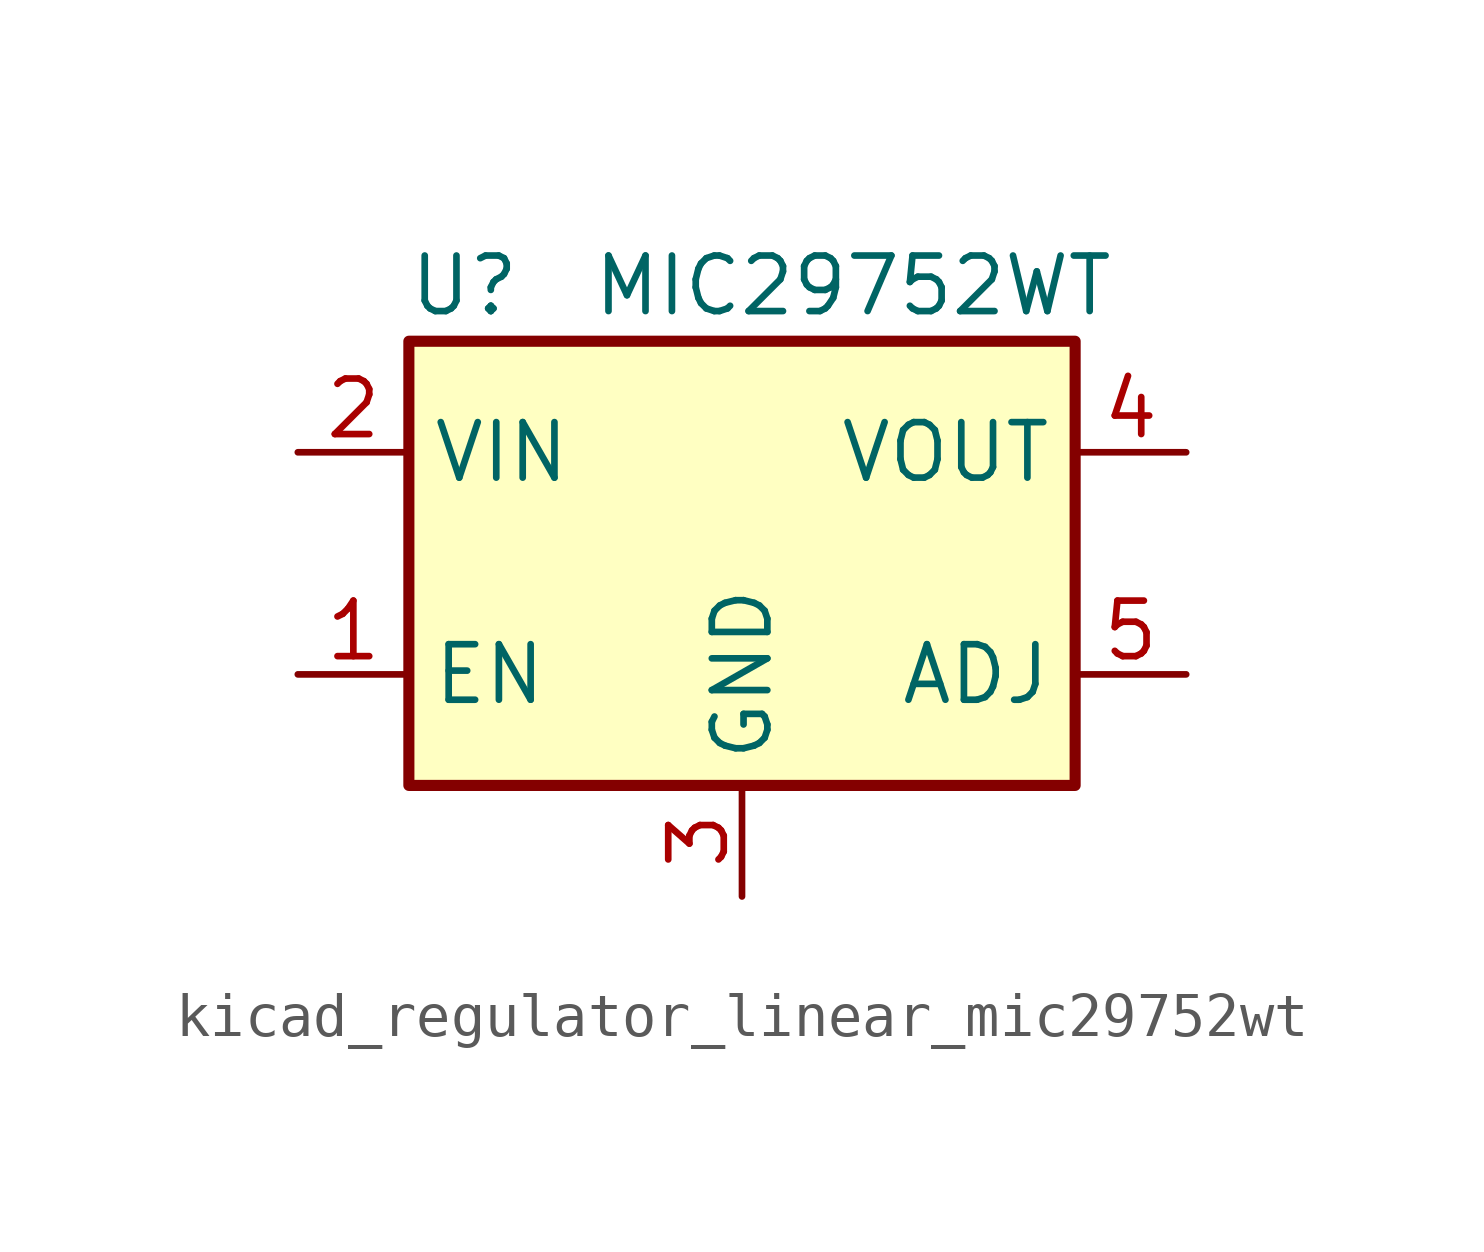
<source format=kicad_sym>
(kicad_symbol_lib
  (version 20220914)
  (generator kicad_symbol_editor)
  (symbol "kicad_regulator_linear_mic29752wt"
    (property "Reference" "U"
      (at -6.35 6.35 0)
      (effects (font (size 1.27 1.27))))
    (property "Value" "MIC29752WT"
      (at 2.54 6.35 0)
      (effects (font (size 1.27 1.27))))
    (symbol "kicad_regulator_linear_mic29752wt_1_1"
      (rectangle (start -7.62 5.08) (end 7.62 -5.08) (stroke (width 0.254) (type default)) (fill (type background)))
      (pin input line (at -10.16 -2.54 0) (length 2.54) (name "EN" (effects (font (size 1.27 1.27)))) (number "1" (effects (font (size 1.27 1.27)))))
      (pin power_in line (at -10.16 2.54 0) (length 2.54) (name "VIN" (effects (font (size 1.27 1.27)))) (number "2" (effects (font (size 1.27 1.27)))))
      (pin power_in line (at 0 -7.62 90) (length 2.54) (name "GND" (effects (font (size 1.27 1.27)))) (number "3" (effects (font (size 1.27 1.27)))))
      (pin power_out line (at 10.16 2.54 180) (length 2.54) (name "VOUT" (effects (font (size 1.27 1.27)))) (number "4" (effects (font (size 1.27 1.27)))))
      (pin input line (at 10.16 -2.54 180) (length 2.54) (name "ADJ" (effects (font (size 1.27 1.27)))) (number "5" (effects (font (size 1.27 1.27))))))))
</source>
